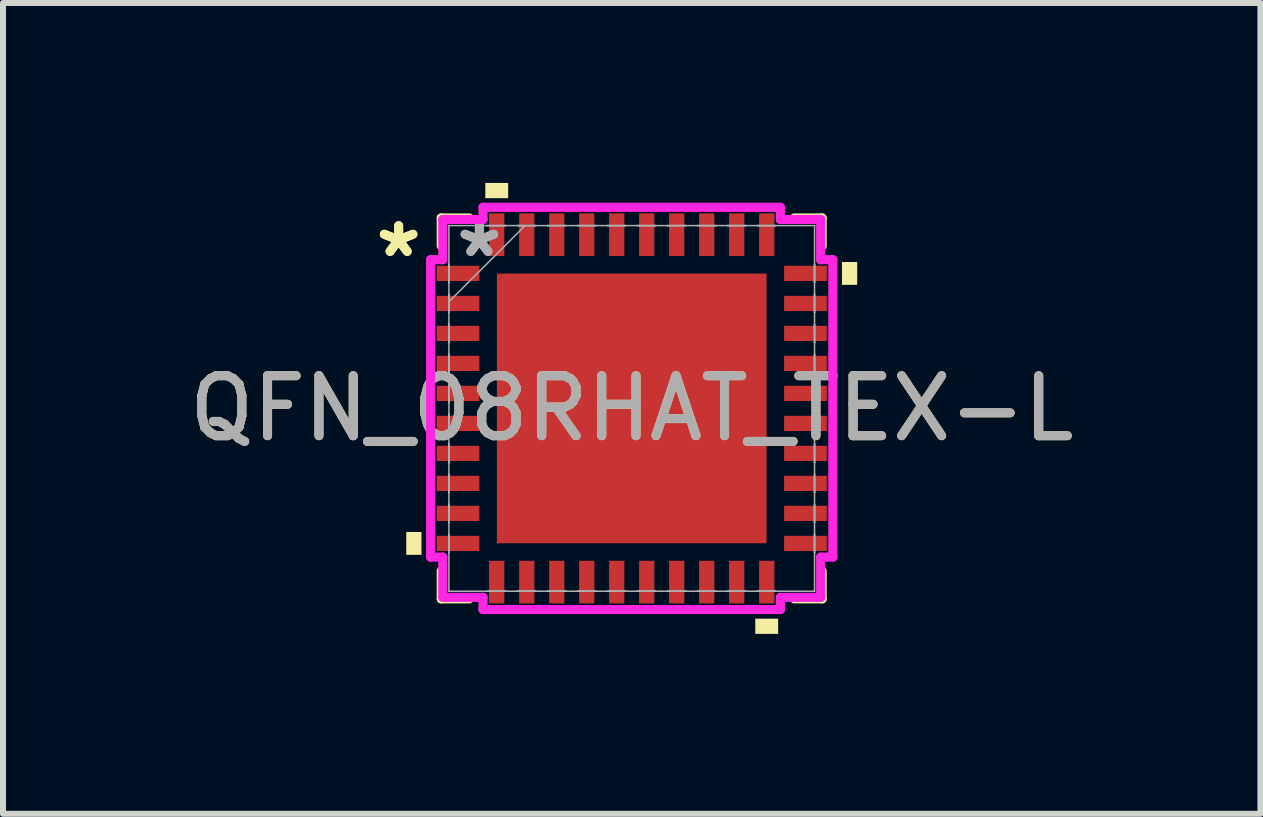
<source format=kicad_pcb>
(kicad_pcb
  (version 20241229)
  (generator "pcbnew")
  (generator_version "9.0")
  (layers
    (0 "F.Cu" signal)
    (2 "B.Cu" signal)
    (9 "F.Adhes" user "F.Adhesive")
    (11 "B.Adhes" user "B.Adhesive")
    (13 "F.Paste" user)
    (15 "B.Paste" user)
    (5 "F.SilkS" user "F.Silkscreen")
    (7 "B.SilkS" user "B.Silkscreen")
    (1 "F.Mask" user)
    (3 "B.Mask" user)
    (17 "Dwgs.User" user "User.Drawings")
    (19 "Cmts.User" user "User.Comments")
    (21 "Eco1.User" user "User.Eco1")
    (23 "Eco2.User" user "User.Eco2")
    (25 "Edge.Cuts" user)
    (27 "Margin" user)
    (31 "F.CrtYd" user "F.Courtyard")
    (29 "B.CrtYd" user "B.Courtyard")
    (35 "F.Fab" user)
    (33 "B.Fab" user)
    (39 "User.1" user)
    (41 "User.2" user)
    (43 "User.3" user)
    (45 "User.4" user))
  (footprint "QFN_08RHAT_TEX-L"
    (layer "F.Cu")
    (at 7.482 3.759)
    (property "Reference" "QFN_08RHAT_TEX-L" (at 0 0 0) (unlocked yes) (layer "F.SilkS") (effects (font (size 1 1) (thickness 0.15))))
    (attr smd)
    (fp_line (start -3.175 -3.175) (end -3.175 -2.71) (stroke (width 0.152) (type solid)) (layer "F.SilkS"))
    (fp_line (start -3.175 2.71) (end -3.175 3.175) (stroke (width 0.152) (type solid)) (layer "F.SilkS"))
    (fp_line (start -3.175 3.175) (end -2.71 3.175) (stroke (width 0.152) (type solid)) (layer "F.SilkS"))
    (fp_line (start -2.71 -3.175) (end -3.175 -3.175) (stroke (width 0.152) (type solid)) (layer "F.SilkS"))
    (fp_line (start 2.71 3.175) (end 3.175 3.175) (stroke (width 0.152) (type solid)) (layer "F.SilkS"))
    (fp_line (start 3.175 -3.175) (end 2.71 -3.175) (stroke (width 0.152) (type solid)) (layer "F.SilkS"))
    (fp_line (start 3.175 -2.71) (end 3.175 -3.175) (stroke (width 0.152) (type solid)) (layer "F.SilkS"))
    (fp_line (start 3.175 3.175) (end 3.175 2.71) (stroke (width 0.152) (type solid)) (layer "F.SilkS"))
    (fp_poly (pts (xy -3.759 2.06) (xy -3.759 2.441) (xy -3.505 2.441) (xy -3.505 2.06)) (stroke (width 0) (type solid)) (fill yes) (layer "F.SilkS"))
    (fp_poly (pts (xy -2.441 -3.505) (xy -2.441 -3.759) (xy -2.06 -3.759) (xy -2.06 -3.505)) (stroke (width 0) (type solid)) (fill yes) (layer "F.SilkS"))
    (fp_poly (pts (xy 2.06 3.505) (xy 2.06 3.759) (xy 2.441 3.759) (xy 2.441 3.505)) (stroke (width 0) (type solid)) (fill yes) (layer "F.SilkS"))
    (fp_poly (pts (xy 3.759 -2.441) (xy 3.759 -2.06) (xy 3.505 -2.06) (xy 3.505 -2.441)) (stroke (width 0) (type solid)) (fill yes) (layer "F.SilkS"))
    (fp_poly (pts (xy -2.148 -2.148) (xy -2.148 -0.849) (xy -0.849 -0.849) (xy -0.849 -2.148)) (stroke (width 0) (type solid)) (fill yes) (layer "F.Paste"))
    (fp_poly (pts (xy -2.148 -0.649) (xy -2.148 0.649) (xy -0.849 0.649) (xy -0.849 -0.649)) (stroke (width 0) (type solid)) (fill yes) (layer "F.Paste"))
    (fp_poly (pts (xy -2.148 0.849) (xy -2.148 2.148) (xy -0.849 2.148) (xy -0.849 0.849)) (stroke (width 0) (type solid)) (fill yes) (layer "F.Paste"))
    (fp_poly (pts (xy -0.649 -2.148) (xy -0.649 -0.849) (xy 0.649 -0.849) (xy 0.649 -2.148)) (stroke (width 0) (type solid)) (fill yes) (layer "F.Paste"))
    (fp_poly (pts (xy -0.649 -0.649) (xy -0.649 0.649) (xy 0.649 0.649) (xy 0.649 -0.649)) (stroke (width 0) (type solid)) (fill yes) (layer "F.Paste"))
    (fp_poly (pts (xy -0.649 0.849) (xy -0.649 2.148) (xy 0.649 2.148) (xy 0.649 0.849)) (stroke (width 0) (type solid)) (fill yes) (layer "F.Paste"))
    (fp_poly (pts (xy 0.849 -2.148) (xy 0.849 -0.849) (xy 2.148 -0.849) (xy 2.148 -2.148)) (stroke (width 0) (type solid)) (fill yes) (layer "F.Paste"))
    (fp_poly (pts (xy 0.849 -0.649) (xy 0.849 0.649) (xy 2.148 0.649) (xy 2.148 -0.649)) (stroke (width 0) (type solid)) (fill yes) (layer "F.Paste"))
    (fp_poly (pts (xy 0.849 0.849) (xy 0.849 2.148) (xy 2.148 2.148) (xy 2.148 0.849)) (stroke (width 0) (type solid)) (fill yes) (layer "F.Paste"))
    (fp_line (start -3.353 -2.479) (end -3.15 -2.479) (stroke (width 0.152) (type solid)) (layer "F.CrtYd"))
    (fp_line (start -3.353 2.479) (end -3.353 -2.479) (stroke (width 0.152) (type solid)) (layer "F.CrtYd"))
    (fp_line (start -3.15 -3.15) (end -2.479 -3.15) (stroke (width 0.152) (type solid)) (layer "F.CrtYd"))
    (fp_line (start -3.15 -2.479) (end -3.15 -3.15) (stroke (width 0.152) (type solid)) (layer "F.CrtYd"))
    (fp_line (start -3.15 2.479) (end -3.353 2.479) (stroke (width 0.152) (type solid)) (layer "F.CrtYd"))
    (fp_line (start -3.15 3.15) (end -3.15 2.479) (stroke (width 0.152) (type solid)) (layer "F.CrtYd"))
    (fp_line (start -2.479 -3.353) (end 2.479 -3.353) (stroke (width 0.152) (type solid)) (layer "F.CrtYd"))
    (fp_line (start -2.479 -3.15) (end -2.479 -3.353) (stroke (width 0.152) (type solid)) (layer "F.CrtYd"))
    (fp_line (start -2.479 3.15) (end -3.15 3.15) (stroke (width 0.152) (type solid)) (layer "F.CrtYd"))
    (fp_line (start -2.479 3.353) (end -2.479 3.15) (stroke (width 0.152) (type solid)) (layer "F.CrtYd"))
    (fp_line (start 2.479 -3.353) (end 2.479 -3.15) (stroke (width 0.152) (type solid)) (layer "F.CrtYd"))
    (fp_line (start 2.479 -3.15) (end 3.15 -3.15) (stroke (width 0.152) (type solid)) (layer "F.CrtYd"))
    (fp_line (start 2.479 3.15) (end 2.479 3.353) (stroke (width 0.152) (type solid)) (layer "F.CrtYd"))
    (fp_line (start 2.479 3.353) (end -2.479 3.353) (stroke (width 0.152) (type solid)) (layer "F.CrtYd"))
    (fp_line (start 3.15 -3.15) (end 3.15 -2.479) (stroke (width 0.152) (type solid)) (layer "F.CrtYd"))
    (fp_line (start 3.15 -2.479) (end 3.353 -2.479) (stroke (width 0.152) (type solid)) (layer "F.CrtYd"))
    (fp_line (start 3.15 2.479) (end 3.15 3.15) (stroke (width 0.152) (type solid)) (layer "F.CrtYd"))
    (fp_line (start 3.15 3.15) (end 2.479 3.15) (stroke (width 0.152) (type solid)) (layer "F.CrtYd"))
    (fp_line (start 3.353 -2.479) (end 3.353 2.479) (stroke (width 0.152) (type solid)) (layer "F.CrtYd"))
    (fp_line (start 3.353 2.479) (end 3.15 2.479) (stroke (width 0.152) (type solid)) (layer "F.CrtYd"))
    (fp_line (start -3.048 -3.048) (end -3.048 -3.048) (stroke (width 0.025) (type solid)) (layer "F.Fab"))
    (fp_line (start -3.048 -3.048) (end -3.048 3.048) (stroke (width 0.025) (type solid)) (layer "F.Fab"))
    (fp_line (start -3.048 -2.403) (end -3.048 -2.403) (stroke (width 0.025) (type solid)) (layer "F.Fab"))
    (fp_line (start -3.048 -2.403) (end -3.048 -2.098) (stroke (width 0.025) (type solid)) (layer "F.Fab"))
    (fp_line (start -3.048 -2.098) (end -3.048 -2.403) (stroke (width 0.025) (type solid)) (layer "F.Fab"))
    (fp_line (start -3.048 -2.098) (end -3.048 -2.098) (stroke (width 0.025) (type solid)) (layer "F.Fab"))
    (fp_line (start -3.048 -1.903) (end -3.048 -1.903) (stroke (width 0.025) (type solid)) (layer "F.Fab"))
    (fp_line (start -3.048 -1.903) (end -3.048 -1.598) (stroke (width 0.025) (type solid)) (layer "F.Fab"))
    (fp_line (start -3.048 -1.778) (end -1.778 -3.048) (stroke (width 0.025) (type solid)) (layer "F.Fab"))
    (fp_line (start -3.048 -1.598) (end -3.048 -1.903) (stroke (width 0.025) (type solid)) (layer "F.Fab"))
    (fp_line (start -3.048 -1.598) (end -3.048 -1.598) (stroke (width 0.025) (type solid)) (layer "F.Fab"))
    (fp_line (start -3.048 -1.403) (end -3.048 -1.403) (stroke (width 0.025) (type solid)) (layer "F.Fab"))
    (fp_line (start -3.048 -1.403) (end -3.048 -1.098) (stroke (width 0.025) (type solid)) (layer "F.Fab"))
    (fp_line (start -3.048 -1.098) (end -3.048 -1.403) (stroke (width 0.025) (type solid)) (layer "F.Fab"))
    (fp_line (start -3.048 -1.098) (end -3.048 -1.098) (stroke (width 0.025) (type solid)) (layer "F.Fab"))
    (fp_line (start -3.048 -0.903) (end -3.048 -0.903) (stroke (width 0.025) (type solid)) (layer "F.Fab"))
    (fp_line (start -3.048 -0.903) (end -3.048 -0.598) (stroke (width 0.025) (type solid)) (layer "F.Fab"))
    (fp_line (start -3.048 -0.598) (end -3.048 -0.903) (stroke (width 0.025) (type solid)) (layer "F.Fab"))
    (fp_line (start -3.048 -0.598) (end -3.048 -0.598) (stroke (width 0.025) (type solid)) (layer "F.Fab"))
    (fp_line (start -3.048 -0.402) (end -3.048 -0.402) (stroke (width 0.025) (type solid)) (layer "F.Fab"))
    (fp_line (start -3.048 -0.402) (end -3.048 -0.098) (stroke (width 0.025) (type solid)) (layer "F.Fab"))
    (fp_line (start -3.048 -0.098) (end -3.048 -0.402) (stroke (width 0.025) (type solid)) (layer "F.Fab"))
    (fp_line (start -3.048 -0.098) (end -3.048 -0.098) (stroke (width 0.025) (type solid)) (layer "F.Fab"))
    (fp_line (start -3.048 0.098) (end -3.048 0.098) (stroke (width 0.025) (type solid)) (layer "F.Fab"))
    (fp_line (start -3.048 0.098) (end -3.048 0.402) (stroke (width 0.025) (type solid)) (layer "F.Fab"))
    (fp_line (start -3.048 0.402) (end -3.048 0.098) (stroke (width 0.025) (type solid)) (layer "F.Fab"))
    (fp_line (start -3.048 0.402) (end -3.048 0.402) (stroke (width 0.025) (type solid)) (layer "F.Fab"))
    (fp_line (start -3.048 0.598) (end -3.048 0.598) (stroke (width 0.025) (type solid)) (layer "F.Fab"))
    (fp_line (start -3.048 0.598) (end -3.048 0.903) (stroke (width 0.025) (type solid)) (layer "F.Fab"))
    (fp_line (start -3.048 0.903) (end -3.048 0.598) (stroke (width 0.025) (type solid)) (layer "F.Fab"))
    (fp_line (start -3.048 0.903) (end -3.048 0.903) (stroke (width 0.025) (type solid)) (layer "F.Fab"))
    (fp_line (start -3.048 1.098) (end -3.048 1.098) (stroke (width 0.025) (type solid)) (layer "F.Fab"))
    (fp_line (start -3.048 1.098) (end -3.048 1.403) (stroke (width 0.025) (type solid)) (layer "F.Fab"))
    (fp_line (start -3.048 1.403) (end -3.048 1.098) (stroke (width 0.025) (type solid)) (layer "F.Fab"))
    (fp_line (start -3.048 1.403) (end -3.048 1.403) (stroke (width 0.025) (type solid)) (layer "F.Fab"))
    (fp_line (start -3.048 1.598) (end -3.048 1.598) (stroke (width 0.025) (type solid)) (layer "F.Fab"))
    (fp_line (start -3.048 1.598) (end -3.048 1.903) (stroke (width 0.025) (type solid)) (layer "F.Fab"))
    (fp_line (start -3.048 1.903) (end -3.048 1.598) (stroke (width 0.025) (type solid)) (layer "F.Fab"))
    (fp_line (start -3.048 1.903) (end -3.048 1.903) (stroke (width 0.025) (type solid)) (layer "F.Fab"))
    (fp_line (start -3.048 2.098) (end -3.048 2.098) (stroke (width 0.025) (type solid)) (layer "F.Fab"))
    (fp_line (start -3.048 2.098) (end -3.048 2.403) (stroke (width 0.025) (type solid)) (layer "F.Fab"))
    (fp_line (start -3.048 2.403) (end -3.048 2.098) (stroke (width 0.025) (type solid)) (layer "F.Fab"))
    (fp_line (start -3.048 2.403) (end -3.048 2.403) (stroke (width 0.025) (type solid)) (layer "F.Fab"))
    (fp_line (start -3.048 3.048) (end -3.048 3.048) (stroke (width 0.025) (type solid)) (layer "F.Fab"))
    (fp_line (start -3.048 3.048) (end 3.048 3.048) (stroke (width 0.025) (type solid)) (layer "F.Fab"))
    (fp_line (start -2.403 -3.048) (end -2.403 -3.048) (stroke (width 0.025) (type solid)) (layer "F.Fab"))
    (fp_line (start -2.403 -3.048) (end -2.098 -3.048) (stroke (width 0.025) (type solid)) (layer "F.Fab"))
    (fp_line (start -2.403 3.048) (end -2.403 3.048) (stroke (width 0.025) (type solid)) (layer "F.Fab"))
    (fp_line (start -2.403 3.048) (end -2.098 3.048) (stroke (width 0.025) (type solid)) (layer "F.Fab"))
    (fp_line (start -2.098 -3.048) (end -2.403 -3.048) (stroke (width 0.025) (type solid)) (layer "F.Fab"))
    (fp_line (start -2.098 -3.048) (end -2.098 -3.048) (stroke (width 0.025) (type solid)) (layer "F.Fab"))
    (fp_line (start -2.098 3.048) (end -2.403 3.048) (stroke (width 0.025) (type solid)) (layer "F.Fab"))
    (fp_line (start -2.098 3.048) (end -2.098 3.048) (stroke (width 0.025) (type solid)) (layer "F.Fab"))
    (fp_line (start -1.903 -3.048) (end -1.903 -3.048) (stroke (width 0.025) (type solid)) (layer "F.Fab"))
    (fp_line (start -1.903 -3.048) (end -1.598 -3.048) (stroke (width 0.025) (type solid)) (layer "F.Fab"))
    (fp_line (start -1.903 3.048) (end -1.903 3.048) (stroke (width 0.025) (type solid)) (layer "F.Fab"))
    (fp_line (start -1.903 3.048) (end -1.598 3.048) (stroke (width 0.025) (type solid)) (layer "F.Fab"))
    (fp_line (start -1.598 -3.048) (end -1.903 -3.048) (stroke (width 0.025) (type solid)) (layer "F.Fab"))
    (fp_line (start -1.598 -3.048) (end -1.598 -3.048) (stroke (width 0.025) (type solid)) (layer "F.Fab"))
    (fp_line (start -1.598 3.048) (end -1.903 3.048) (stroke (width 0.025) (type solid)) (layer "F.Fab"))
    (fp_line (start -1.598 3.048) (end -1.598 3.048) (stroke (width 0.025) (type solid)) (layer "F.Fab"))
    (fp_line (start -1.403 -3.048) (end -1.403 -3.048) (stroke (width 0.025) (type solid)) (layer "F.Fab"))
    (fp_line (start -1.403 -3.048) (end -1.098 -3.048) (stroke (width 0.025) (type solid)) (layer "F.Fab"))
    (fp_line (start -1.403 3.048) (end -1.403 3.048) (stroke (width 0.025) (type solid)) (layer "F.Fab"))
    (fp_line (start -1.403 3.048) (end -1.098 3.048) (stroke (width 0.025) (type solid)) (layer "F.Fab"))
    (fp_line (start -1.098 -3.048) (end -1.403 -3.048) (stroke (width 0.025) (type solid)) (layer "F.Fab"))
    (fp_line (start -1.098 -3.048) (end -1.098 -3.048) (stroke (width 0.025) (type solid)) (layer "F.Fab"))
    (fp_line (start -1.098 3.048) (end -1.403 3.048) (stroke (width 0.025) (type solid)) (layer "F.Fab"))
    (fp_line (start -1.098 3.048) (end -1.098 3.048) (stroke (width 0.025) (type solid)) (layer "F.Fab"))
    (fp_line (start -0.903 -3.048) (end -0.903 -3.048) (stroke (width 0.025) (type solid)) (layer "F.Fab"))
    (fp_line (start -0.903 -3.048) (end -0.598 -3.048) (stroke (width 0.025) (type solid)) (layer "F.Fab"))
    (fp_line (start -0.903 3.048) (end -0.903 3.048) (stroke (width 0.025) (type solid)) (layer "F.Fab"))
    (fp_line (start -0.903 3.048) (end -0.598 3.048) (stroke (width 0.025) (type solid)) (layer "F.Fab"))
    (fp_line (start -0.598 -3.048) (end -0.903 -3.048) (stroke (width 0.025) (type solid)) (layer "F.Fab"))
    (fp_line (start -0.598 -3.048) (end -0.598 -3.048) (stroke (width 0.025) (type solid)) (layer "F.Fab"))
    (fp_line (start -0.598 3.048) (end -0.903 3.048) (stroke (width 0.025) (type solid)) (layer "F.Fab"))
    (fp_line (start -0.598 3.048) (end -0.598 3.048) (stroke (width 0.025) (type solid)) (layer "F.Fab"))
    (fp_line (start -0.402 -3.048) (end -0.402 -3.048) (stroke (width 0.025) (type solid)) (layer "F.Fab"))
    (fp_line (start -0.402 -3.048) (end -0.098 -3.048) (stroke (width 0.025) (type solid)) (layer "F.Fab"))
    (fp_line (start -0.402 3.048) (end -0.402 3.048) (stroke (width 0.025) (type solid)) (layer "F.Fab"))
    (fp_line (start -0.402 3.048) (end -0.098 3.048) (stroke (width 0.025) (type solid)) (layer "F.Fab"))
    (fp_line (start -0.098 -3.048) (end -0.402 -3.048) (stroke (width 0.025) (type solid)) (layer "F.Fab"))
    (fp_line (start -0.098 -3.048) (end -0.098 -3.048) (stroke (width 0.025) (type solid)) (layer "F.Fab"))
    (fp_line (start -0.098 3.048) (end -0.402 3.048) (stroke (width 0.025) (type solid)) (layer "F.Fab"))
    (fp_line (start -0.098 3.048) (end -0.098 3.048) (stroke (width 0.025) (type solid)) (layer "F.Fab"))
    (fp_line (start 0.098 -3.048) (end 0.098 -3.048) (stroke (width 0.025) (type solid)) (layer "F.Fab"))
    (fp_line (start 0.098 -3.048) (end 0.402 -3.048) (stroke (width 0.025) (type solid)) (layer "F.Fab"))
    (fp_line (start 0.098 3.048) (end 0.098 3.048) (stroke (width 0.025) (type solid)) (layer "F.Fab"))
    (fp_line (start 0.098 3.048) (end 0.402 3.048) (stroke (width 0.025) (type solid)) (layer "F.Fab"))
    (fp_line (start 0.402 -3.048) (end 0.098 -3.048) (stroke (width 0.025) (type solid)) (layer "F.Fab"))
    (fp_line (start 0.402 -3.048) (end 0.402 -3.048) (stroke (width 0.025) (type solid)) (layer "F.Fab"))
    (fp_line (start 0.402 3.048) (end 0.098 3.048) (stroke (width 0.025) (type solid)) (layer "F.Fab"))
    (fp_line (start 0.402 3.048) (end 0.402 3.048) (stroke (width 0.025) (type solid)) (layer "F.Fab"))
    (fp_line (start 0.598 -3.048) (end 0.598 -3.048) (stroke (width 0.025) (type solid)) (layer "F.Fab"))
    (fp_line (start 0.598 -3.048) (end 0.903 -3.048) (stroke (width 0.025) (type solid)) (layer "F.Fab"))
    (fp_line (start 0.598 3.048) (end 0.598 3.048) (stroke (width 0.025) (type solid)) (layer "F.Fab"))
    (fp_line (start 0.598 3.048) (end 0.903 3.048) (stroke (width 0.025) (type solid)) (layer "F.Fab"))
    (fp_line (start 0.903 -3.048) (end 0.598 -3.048) (stroke (width 0.025) (type solid)) (layer "F.Fab"))
    (fp_line (start 0.903 -3.048) (end 0.903 -3.048) (stroke (width 0.025) (type solid)) (layer "F.Fab"))
    (fp_line (start 0.903 3.048) (end 0.598 3.048) (stroke (width 0.025) (type solid)) (layer "F.Fab"))
    (fp_line (start 0.903 3.048) (end 0.903 3.048) (stroke (width 0.025) (type solid)) (layer "F.Fab"))
    (fp_line (start 1.098 -3.048) (end 1.098 -3.048) (stroke (width 0.025) (type solid)) (layer "F.Fab"))
    (fp_line (start 1.098 -3.048) (end 1.403 -3.048) (stroke (width 0.025) (type solid)) (layer "F.Fab"))
    (fp_line (start 1.098 3.048) (end 1.098 3.048) (stroke (width 0.025) (type solid)) (layer "F.Fab"))
    (fp_line (start 1.098 3.048) (end 1.403 3.048) (stroke (width 0.025) (type solid)) (layer "F.Fab"))
    (fp_line (start 1.403 -3.048) (end 1.098 -3.048) (stroke (width 0.025) (type solid)) (layer "F.Fab"))
    (fp_line (start 1.403 -3.048) (end 1.403 -3.048) (stroke (width 0.025) (type solid)) (layer "F.Fab"))
    (fp_line (start 1.403 3.048) (end 1.098 3.048) (stroke (width 0.025) (type solid)) (layer "F.Fab"))
    (fp_line (start 1.403 3.048) (end 1.403 3.048) (stroke (width 0.025) (type solid)) (layer "F.Fab"))
    (fp_line (start 1.598 -3.048) (end 1.598 -3.048) (stroke (width 0.025) (type solid)) (layer "F.Fab"))
    (fp_line (start 1.598 -3.048) (end 1.903 -3.048) (stroke (width 0.025) (type solid)) (layer "F.Fab"))
    (fp_line (start 1.598 3.048) (end 1.598 3.048) (stroke (width 0.025) (type solid)) (layer "F.Fab"))
    (fp_line (start 1.598 3.048) (end 1.903 3.048) (stroke (width 0.025) (type solid)) (layer "F.Fab"))
    (fp_line (start 1.903 -3.048) (end 1.598 -3.048) (stroke (width 0.025) (type solid)) (layer "F.Fab"))
    (fp_line (start 1.903 -3.048) (end 1.903 -3.048) (stroke (width 0.025) (type solid)) (layer "F.Fab"))
    (fp_line (start 1.903 3.048) (end 1.598 3.048) (stroke (width 0.025) (type solid)) (layer "F.Fab"))
    (fp_line (start 1.903 3.048) (end 1.903 3.048) (stroke (width 0.025) (type solid)) (layer "F.Fab"))
    (fp_line (start 2.098 -3.048) (end 2.098 -3.048) (stroke (width 0.025) (type solid)) (layer "F.Fab"))
    (fp_line (start 2.098 -3.048) (end 2.403 -3.048) (stroke (width 0.025) (type solid)) (layer "F.Fab"))
    (fp_line (start 2.098 3.048) (end 2.098 3.048) (stroke (width 0.025) (type solid)) (layer "F.Fab"))
    (fp_line (start 2.098 3.048) (end 2.403 3.048) (stroke (width 0.025) (type solid)) (layer "F.Fab"))
    (fp_line (start 2.403 -3.048) (end 2.098 -3.048) (stroke (width 0.025) (type solid)) (layer "F.Fab"))
    (fp_line (start 2.403 -3.048) (end 2.403 -3.048) (stroke (width 0.025) (type solid)) (layer "F.Fab"))
    (fp_line (start 2.403 3.048) (end 2.098 3.048) (stroke (width 0.025) (type solid)) (layer "F.Fab"))
    (fp_line (start 2.403 3.048) (end 2.403 3.048) (stroke (width 0.025) (type solid)) (layer "F.Fab"))
    (fp_line (start 3.048 -3.048) (end -3.048 -3.048) (stroke (width 0.025) (type solid)) (layer "F.Fab"))
    (fp_line (start 3.048 -3.048) (end 3.048 -3.048) (stroke (width 0.025) (type solid)) (layer "F.Fab"))
    (fp_line (start 3.048 -2.403) (end 3.048 -2.403) (stroke (width 0.025) (type solid)) (layer "F.Fab"))
    (fp_line (start 3.048 -2.403) (end 3.048 -2.098) (stroke (width 0.025) (type solid)) (layer "F.Fab"))
    (fp_line (start 3.048 -2.098) (end 3.048 -2.403) (stroke (width 0.025) (type solid)) (layer "F.Fab"))
    (fp_line (start 3.048 -2.098) (end 3.048 -2.098) (stroke (width 0.025) (type solid)) (layer "F.Fab"))
    (fp_line (start 3.048 -1.903) (end 3.048 -1.903) (stroke (width 0.025) (type solid)) (layer "F.Fab"))
    (fp_line (start 3.048 -1.903) (end 3.048 -1.598) (stroke (width 0.025) (type solid)) (layer "F.Fab"))
    (fp_line (start 3.048 -1.598) (end 3.048 -1.903) (stroke (width 0.025) (type solid)) (layer "F.Fab"))
    (fp_line (start 3.048 -1.598) (end 3.048 -1.598) (stroke (width 0.025) (type solid)) (layer "F.Fab"))
    (fp_line (start 3.048 -1.403) (end 3.048 -1.403) (stroke (width 0.025) (type solid)) (layer "F.Fab"))
    (fp_line (start 3.048 -1.403) (end 3.048 -1.098) (stroke (width 0.025) (type solid)) (layer "F.Fab"))
    (fp_line (start 3.048 -1.098) (end 3.048 -1.403) (stroke (width 0.025) (type solid)) (layer "F.Fab"))
    (fp_line (start 3.048 -1.098) (end 3.048 -1.098) (stroke (width 0.025) (type solid)) (layer "F.Fab"))
    (fp_line (start 3.048 -0.903) (end 3.048 -0.903) (stroke (width 0.025) (type solid)) (layer "F.Fab"))
    (fp_line (start 3.048 -0.903) (end 3.048 -0.598) (stroke (width 0.025) (type solid)) (layer "F.Fab"))
    (fp_line (start 3.048 -0.598) (end 3.048 -0.903) (stroke (width 0.025) (type solid)) (layer "F.Fab"))
    (fp_line (start 3.048 -0.598) (end 3.048 -0.598) (stroke (width 0.025) (type solid)) (layer "F.Fab"))
    (fp_line (start 3.048 -0.402) (end 3.048 -0.402) (stroke (width 0.025) (type solid)) (layer "F.Fab"))
    (fp_line (start 3.048 -0.402) (end 3.048 -0.098) (stroke (width 0.025) (type solid)) (layer "F.Fab"))
    (fp_line (start 3.048 -0.098) (end 3.048 -0.402) (stroke (width 0.025) (type solid)) (layer "F.Fab"))
    (fp_line (start 3.048 -0.098) (end 3.048 -0.098) (stroke (width 0.025) (type solid)) (layer "F.Fab"))
    (fp_line (start 3.048 0.098) (end 3.048 0.098) (stroke (width 0.025) (type solid)) (layer "F.Fab"))
    (fp_line (start 3.048 0.098) (end 3.048 0.402) (stroke (width 0.025) (type solid)) (layer "F.Fab"))
    (fp_line (start 3.048 0.402) (end 3.048 0.098) (stroke (width 0.025) (type solid)) (layer "F.Fab"))
    (fp_line (start 3.048 0.402) (end 3.048 0.402) (stroke (width 0.025) (type solid)) (layer "F.Fab"))
    (fp_line (start 3.048 0.598) (end 3.048 0.598) (stroke (width 0.025) (type solid)) (layer "F.Fab"))
    (fp_line (start 3.048 0.598) (end 3.048 0.903) (stroke (width 0.025) (type solid)) (layer "F.Fab"))
    (fp_line (start 3.048 0.903) (end 3.048 0.598) (stroke (width 0.025) (type solid)) (layer "F.Fab"))
    (fp_line (start 3.048 0.903) (end 3.048 0.903) (stroke (width 0.025) (type solid)) (layer "F.Fab"))
    (fp_line (start 3.048 1.098) (end 3.048 1.098) (stroke (width 0.025) (type solid)) (layer "F.Fab"))
    (fp_line (start 3.048 1.098) (end 3.048 1.403) (stroke (width 0.025) (type solid)) (layer "F.Fab"))
    (fp_line (start 3.048 1.403) (end 3.048 1.098) (stroke (width 0.025) (type solid)) (layer "F.Fab"))
    (fp_line (start 3.048 1.403) (end 3.048 1.403) (stroke (width 0.025) (type solid)) (layer "F.Fab"))
    (fp_line (start 3.048 1.598) (end 3.048 1.598) (stroke (width 0.025) (type solid)) (layer "F.Fab"))
    (fp_line (start 3.048 1.598) (end 3.048 1.903) (stroke (width 0.025) (type solid)) (layer "F.Fab"))
    (fp_line (start 3.048 1.903) (end 3.048 1.598) (stroke (width 0.025) (type solid)) (layer "F.Fab"))
    (fp_line (start 3.048 1.903) (end 3.048 1.903) (stroke (width 0.025) (type solid)) (layer "F.Fab"))
    (fp_line (start 3.048 2.098) (end 3.048 2.098) (stroke (width 0.025) (type solid)) (layer "F.Fab"))
    (fp_line (start 3.048 2.098) (end 3.048 2.403) (stroke (width 0.025) (type solid)) (layer "F.Fab"))
    (fp_line (start 3.048 2.403) (end 3.048 2.098) (stroke (width 0.025) (type solid)) (layer "F.Fab"))
    (fp_line (start 3.048 2.403) (end 3.048 2.403) (stroke (width 0.025) (type solid)) (layer "F.Fab"))
    (fp_line (start 3.048 3.048) (end 3.048 -3.048) (stroke (width 0.025) (type solid)) (layer "F.Fab"))
    (fp_line (start 3.048 3.048) (end 3.048 3.048) (stroke (width 0.025) (type solid)) (layer "F.Fab"))
    (fp_text user "*" (at -3.886 -2.501 0) (layer "F.SilkS") (effects (font (size 1 1) (thickness 0.15))))
    (fp_text user "*" (at -3.886 -2.501 0) (unlocked yes) (layer "F.SilkS") (effects (font (size 1 1) (thickness 0.15))))
    (fp_text user "*" (at -2.54 -2.501 0) (unlocked yes) (layer "F.Fab") (effects (font (size 1 1) (thickness 0.15))))
    (fp_text user "*" (at -2.54 -2.501 0) (layer "F.Fab") (effects (font (size 1 1) (thickness 0.15))))
    (fp_text user "${REFERENCE}" (at 0 0 0) (unlocked yes) (layer "F.Fab") (effects (font (size 1 1) (thickness 0.15))))
    (pad "1" smd rect (at -2.896 -2.251 90) (size 0.254 0.711) (layers "F.Cu" "F.Mask" "F.Paste"))
    (pad "2" smd rect (at -2.896 -1.75 90) (size 0.254 0.711) (layers "F.Cu" "F.Mask" "F.Paste"))
    (pad "3" smd rect (at -2.896 -1.25 90) (size 0.254 0.711) (layers "F.Cu" "F.Mask" "F.Paste"))
    (pad "4" smd rect (at -2.896 -0.75 90) (size 0.254 0.711) (layers "F.Cu" "F.Mask" "F.Paste"))
    (pad "5" smd rect (at -2.896 -0.25 90) (size 0.254 0.711) (layers "F.Cu" "F.Mask" "F.Paste"))
    (pad "6" smd rect (at -2.896 0.25 90) (size 0.254 0.711) (layers "F.Cu" "F.Mask" "F.Paste"))
    (pad "7" smd rect (at -2.896 0.75 90) (size 0.254 0.711) (layers "F.Cu" "F.Mask" "F.Paste"))
    (pad "8" smd rect (at -2.896 1.25 90) (size 0.254 0.711) (layers "F.Cu" "F.Mask" "F.Paste"))
    (pad "9" smd rect (at -2.896 1.75 90) (size 0.254 0.711) (layers "F.Cu" "F.Mask" "F.Paste"))
    (pad "10" smd rect (at -2.896 2.251 90) (size 0.254 0.711) (layers "F.Cu" "F.Mask" "F.Paste"))
    (pad "11" smd rect (at -2.251 2.896) (size 0.254 0.711) (layers "F.Cu" "F.Mask" "F.Paste"))
    (pad "12" smd rect (at -1.75 2.896) (size 0.254 0.711) (layers "F.Cu" "F.Mask" "F.Paste"))
    (pad "13" smd rect (at -1.25 2.896) (size 0.254 0.711) (layers "F.Cu" "F.Mask" "F.Paste"))
    (pad "14" smd rect (at -0.75 2.896) (size 0.254 0.711) (layers "F.Cu" "F.Mask" "F.Paste"))
    (pad "15" smd rect (at -0.25 2.896) (size 0.254 0.711) (layers "F.Cu" "F.Mask" "F.Paste"))
    (pad "16" smd rect (at 0.25 2.896) (size 0.254 0.711) (layers "F.Cu" "F.Mask" "F.Paste"))
    (pad "17" smd rect (at 0.75 2.896) (size 0.254 0.711) (layers "F.Cu" "F.Mask" "F.Paste"))
    (pad "18" smd rect (at 1.25 2.896) (size 0.254 0.711) (layers "F.Cu" "F.Mask" "F.Paste"))
    (pad "19" smd rect (at 1.75 2.896) (size 0.254 0.711) (layers "F.Cu" "F.Mask" "F.Paste"))
    (pad "20" smd rect (at 2.251 2.896) (size 0.254 0.711) (layers "F.Cu" "F.Mask" "F.Paste"))
    (pad "21" smd rect (at 2.896 2.251 90) (size 0.254 0.711) (layers "F.Cu" "F.Mask" "F.Paste"))
    (pad "22" smd rect (at 2.896 1.75 90) (size 0.254 0.711) (layers "F.Cu" "F.Mask" "F.Paste"))
    (pad "23" smd rect (at 2.896 1.25 90) (size 0.254 0.711) (layers "F.Cu" "F.Mask" "F.Paste"))
    (pad "24" smd rect (at 2.896 0.75 90) (size 0.254 0.711) (layers "F.Cu" "F.Mask" "F.Paste"))
    (pad "25" smd rect (at 2.896 0.25 90) (size 0.254 0.711) (layers "F.Cu" "F.Mask" "F.Paste"))
    (pad "26" smd rect (at 2.896 -0.25 90) (size 0.254 0.711) (layers "F.Cu" "F.Mask" "F.Paste"))
    (pad "27" smd rect (at 2.896 -0.75 90) (size 0.254 0.711) (layers "F.Cu" "F.Mask" "F.Paste"))
    (pad "28" smd rect (at 2.896 -1.25 90) (size 0.254 0.711) (layers "F.Cu" "F.Mask" "F.Paste"))
    (pad "29" smd rect (at 2.896 -1.75 90) (size 0.254 0.711) (layers "F.Cu" "F.Mask" "F.Paste"))
    (pad "30" smd rect (at 2.896 -2.251 90) (size 0.254 0.711) (layers "F.Cu" "F.Mask" "F.Paste"))
    (pad "31" smd rect (at 2.251 -2.896) (size 0.254 0.711) (layers "F.Cu" "F.Mask" "F.Paste"))
    (pad "32" smd rect (at 1.75 -2.896) (size 0.254 0.711) (layers "F.Cu" "F.Mask" "F.Paste"))
    (pad "33" smd rect (at 1.25 -2.896) (size 0.254 0.711) (layers "F.Cu" "F.Mask" "F.Paste"))
    (pad "34" smd rect (at 0.75 -2.896) (size 0.254 0.711) (layers "F.Cu" "F.Mask" "F.Paste"))
    (pad "35" smd rect (at 0.25 -2.896) (size 0.254 0.711) (layers "F.Cu" "F.Mask" "F.Paste"))
    (pad "36" smd rect (at -0.25 -2.896) (size 0.254 0.711) (layers "F.Cu" "F.Mask" "F.Paste"))
    (pad "37" smd rect (at -0.75 -2.896) (size 0.254 0.711) (layers "F.Cu" "F.Mask" "F.Paste"))
    (pad "38" smd rect (at -1.25 -2.896) (size 0.254 0.711) (layers "F.Cu" "F.Mask" "F.Paste"))
    (pad "39" smd rect (at -1.75 -2.896) (size 0.254 0.711) (layers "F.Cu" "F.Mask" "F.Paste"))
    (pad "40" smd rect (at -2.251 -2.896) (size 0.254 0.711) (layers "F.Cu" "F.Mask" "F.Paste"))
    (pad "41" smd rect (at 0 0) (size 4.496 4.496) (layers "F.Cu" "F.Mask" "F.Paste")))
  (gr_rect
    (start -3 -3)
    (end 17.964 10.518)
    (stroke (width 0.1) (type default))
    (fill no)
    (layer "Edge.Cuts")))
</source>
